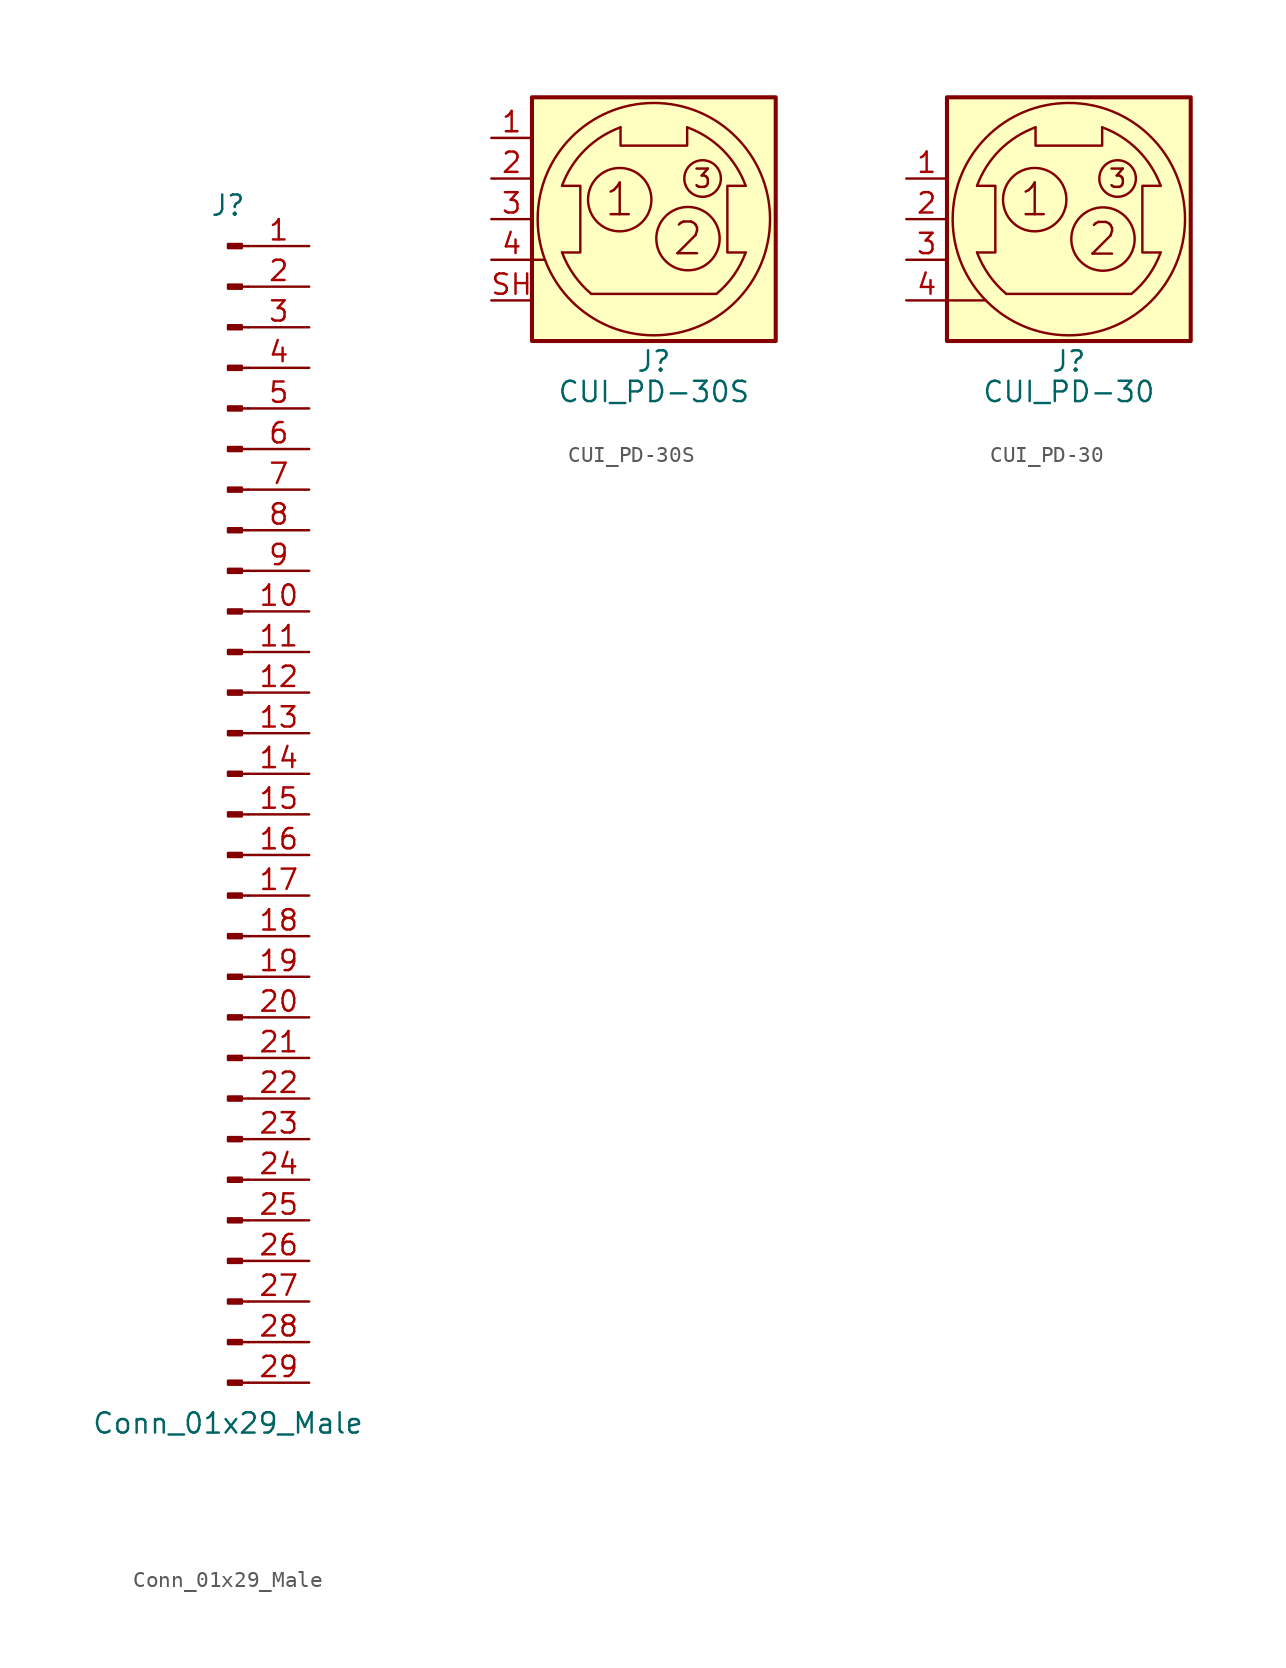
<source format=kicad_sym>
(kicad_symbol_lib
  (version 20201005)
  (generator kicad_symbol_editor)
  (symbol "Connector:Conn_01x29_Male"
    (pin_names
      (offset 1.016) hide)
    (property "Reference" "J"
      (at 0 38.1 0)
      (effects (font (size 1.27 1.27))))
    (property "Value" "Conn_01x29_Male"
      (at 0 -38.1 0)
      (effects (font (size 1.27 1.27))))
    (symbol "Conn_01x29_Male_1_1"
      (rectangle (start 0.864 -35.433) (end 0 -35.687) (stroke (width 0.152)) (fill (type outline)))
      (rectangle (start 0.864 -32.893) (end 0 -33.147) (stroke (width 0.152)) (fill (type outline)))
      (rectangle (start 0.864 -30.353) (end 0 -30.607) (stroke (width 0.152)) (fill (type outline)))
      (rectangle (start 0.864 -27.813) (end 0 -28.067) (stroke (width 0.152)) (fill (type outline)))
      (rectangle (start 0.864 -25.273) (end 0 -25.527) (stroke (width 0.152)) (fill (type outline)))
      (rectangle (start 0.864 -22.733) (end 0 -22.987) (stroke (width 0.152)) (fill (type outline)))
      (rectangle (start 0.864 -20.193) (end 0 -20.447) (stroke (width 0.152)) (fill (type outline)))
      (rectangle (start 0.864 -17.653) (end 0 -17.907) (stroke (width 0.152)) (fill (type outline)))
      (rectangle (start 0.864 -15.113) (end 0 -15.367) (stroke (width 0.152)) (fill (type outline)))
      (rectangle (start 0.864 -12.573) (end 0 -12.827) (stroke (width 0.152)) (fill (type outline)))
      (rectangle (start 0.864 -10.033) (end 0 -10.287) (stroke (width 0.152)) (fill (type outline)))
      (rectangle (start 0.864 -7.493) (end 0 -7.747) (stroke (width 0.152)) (fill (type outline)))
      (rectangle (start 0.864 -4.953) (end 0 -5.207) (stroke (width 0.152)) (fill (type outline)))
      (rectangle (start 0.864 -2.413) (end 0 -2.667) (stroke (width 0.152)) (fill (type outline)))
      (rectangle (start 0.864 0.127) (end 0 -0.127) (stroke (width 0.152)) (fill (type outline)))
      (rectangle (start 0.864 2.667) (end 0 2.413) (stroke (width 0.152)) (fill (type outline)))
      (rectangle (start 0.864 5.207) (end 0 4.953) (stroke (width 0.152)) (fill (type outline)))
      (rectangle (start 0.864 7.747) (end 0 7.493) (stroke (width 0.152)) (fill (type outline)))
      (rectangle (start 0.864 10.287) (end 0 10.033) (stroke (width 0.152)) (fill (type outline)))
      (rectangle (start 0.864 12.827) (end 0 12.573) (stroke (width 0.152)) (fill (type outline)))
      (rectangle (start 0.864 15.367) (end 0 15.113) (stroke (width 0.152)) (fill (type outline)))
      (rectangle (start 0.864 17.907) (end 0 17.653) (stroke (width 0.152)) (fill (type outline)))
      (rectangle (start 0.864 20.447) (end 0 20.193) (stroke (width 0.152)) (fill (type outline)))
      (rectangle (start 0.864 22.987) (end 0 22.733) (stroke (width 0.152)) (fill (type outline)))
      (rectangle (start 0.864 25.527) (end 0 25.273) (stroke (width 0.152)) (fill (type outline)))
      (rectangle (start 0.864 28.067) (end 0 27.813) (stroke (width 0.152)) (fill (type outline)))
      (rectangle (start 0.864 30.607) (end 0 30.353) (stroke (width 0.152)) (fill (type outline)))
      (rectangle (start 0.864 33.147) (end 0 32.893) (stroke (width 0.152)) (fill (type outline)))
      (rectangle (start 0.864 35.687) (end 0 35.433) (stroke (width 0.152)) (fill (type outline)))
      (polyline (pts (xy 1.27 -35.56) (xy 0.864 -35.56)) (stroke (width 0.152)) (fill (type none)))
      (polyline (pts (xy 1.27 -33.02) (xy 0.864 -33.02)) (stroke (width 0.152)) (fill (type none)))
      (polyline (pts (xy 1.27 -30.48) (xy 0.864 -30.48)) (stroke (width 0.152)) (fill (type none)))
      (polyline (pts (xy 1.27 -27.94) (xy 0.864 -27.94)) (stroke (width 0.152)) (fill (type none)))
      (polyline (pts (xy 1.27 -25.4) (xy 0.864 -25.4)) (stroke (width 0.152)) (fill (type none)))
      (polyline (pts (xy 1.27 -22.86) (xy 0.864 -22.86)) (stroke (width 0.152)) (fill (type none)))
      (polyline (pts (xy 1.27 -20.32) (xy 0.864 -20.32)) (stroke (width 0.152)) (fill (type none)))
      (polyline (pts (xy 1.27 -17.78) (xy 0.864 -17.78)) (stroke (width 0.152)) (fill (type none)))
      (polyline (pts (xy 1.27 -15.24) (xy 0.864 -15.24)) (stroke (width 0.152)) (fill (type none)))
      (polyline (pts (xy 1.27 -12.7) (xy 0.864 -12.7)) (stroke (width 0.152)) (fill (type none)))
      (polyline (pts (xy 1.27 -10.16) (xy 0.864 -10.16)) (stroke (width 0.152)) (fill (type none)))
      (polyline (pts (xy 1.27 -7.62) (xy 0.864 -7.62)) (stroke (width 0.152)) (fill (type none)))
      (polyline (pts (xy 1.27 -5.08) (xy 0.864 -5.08)) (stroke (width 0.152)) (fill (type none)))
      (polyline (pts (xy 1.27 -2.54) (xy 0.864 -2.54)) (stroke (width 0.152)) (fill (type none)))
      (polyline (pts (xy 1.27 0) (xy 0.864 0)) (stroke (width 0.152)) (fill (type none)))
      (polyline (pts (xy 1.27 2.54) (xy 0.864 2.54)) (stroke (width 0.152)) (fill (type none)))
      (polyline (pts (xy 1.27 5.08) (xy 0.864 5.08)) (stroke (width 0.152)) (fill (type none)))
      (polyline (pts (xy 1.27 7.62) (xy 0.864 7.62)) (stroke (width 0.152)) (fill (type none)))
      (polyline (pts (xy 1.27 10.16) (xy 0.864 10.16)) (stroke (width 0.152)) (fill (type none)))
      (polyline (pts (xy 1.27 12.7) (xy 0.864 12.7)) (stroke (width 0.152)) (fill (type none)))
      (polyline (pts (xy 1.27 15.24) (xy 0.864 15.24)) (stroke (width 0.152)) (fill (type none)))
      (polyline (pts (xy 1.27 17.78) (xy 0.864 17.78)) (stroke (width 0.152)) (fill (type none)))
      (polyline (pts (xy 1.27 20.32) (xy 0.864 20.32)) (stroke (width 0.152)) (fill (type none)))
      (polyline (pts (xy 1.27 22.86) (xy 0.864 22.86)) (stroke (width 0.152)) (fill (type none)))
      (polyline (pts (xy 1.27 25.4) (xy 0.864 25.4)) (stroke (width 0.152)) (fill (type none)))
      (polyline (pts (xy 1.27 27.94) (xy 0.864 27.94)) (stroke (width 0.152)) (fill (type none)))
      (polyline (pts (xy 1.27 30.48) (xy 0.864 30.48)) (stroke (width 0.152)) (fill (type none)))
      (polyline (pts (xy 1.27 33.02) (xy 0.864 33.02)) (stroke (width 0.152)) (fill (type none)))
      (polyline (pts (xy 1.27 35.56) (xy 0.864 35.56)) (stroke (width 0.152)) (fill (type none)))
      (pin passive line (at 5.08 35.56 180) (length 3.81) (name "Pin_1" (effects (font (size 1.27 1.27)))) (number "1" (effects (font (size 1.27 1.27)))))
      (pin passive line (at 5.08 12.7 180) (length 3.81) (name "Pin_10" (effects (font (size 1.27 1.27)))) (number "10" (effects (font (size 1.27 1.27)))))
      (pin passive line (at 5.08 10.16 180) (length 3.81) (name "Pin_11" (effects (font (size 1.27 1.27)))) (number "11" (effects (font (size 1.27 1.27)))))
      (pin passive line (at 5.08 7.62 180) (length 3.81) (name "Pin_12" (effects (font (size 1.27 1.27)))) (number "12" (effects (font (size 1.27 1.27)))))
      (pin passive line (at 5.08 5.08 180) (length 3.81) (name "Pin_13" (effects (font (size 1.27 1.27)))) (number "13" (effects (font (size 1.27 1.27)))))
      (pin passive line (at 5.08 2.54 180) (length 3.81) (name "Pin_14" (effects (font (size 1.27 1.27)))) (number "14" (effects (font (size 1.27 1.27)))))
      (pin passive line (at 5.08 0 180) (length 3.81) (name "Pin_15" (effects (font (size 1.27 1.27)))) (number "15" (effects (font (size 1.27 1.27)))))
      (pin passive line (at 5.08 -2.54 180) (length 3.81) (name "Pin_16" (effects (font (size 1.27 1.27)))) (number "16" (effects (font (size 1.27 1.27)))))
      (pin passive line (at 5.08 -5.08 180) (length 3.81) (name "Pin_17" (effects (font (size 1.27 1.27)))) (number "17" (effects (font (size 1.27 1.27)))))
      (pin passive line (at 5.08 -7.62 180) (length 3.81) (name "Pin_18" (effects (font (size 1.27 1.27)))) (number "18" (effects (font (size 1.27 1.27)))))
      (pin passive line (at 5.08 -10.16 180) (length 3.81) (name "Pin_19" (effects (font (size 1.27 1.27)))) (number "19" (effects (font (size 1.27 1.27)))))
      (pin passive line (at 5.08 33.02 180) (length 3.81) (name "Pin_2" (effects (font (size 1.27 1.27)))) (number "2" (effects (font (size 1.27 1.27)))))
      (pin passive line (at 5.08 -12.7 180) (length 3.81) (name "Pin_20" (effects (font (size 1.27 1.27)))) (number "20" (effects (font (size 1.27 1.27)))))
      (pin passive line (at 5.08 -15.24 180) (length 3.81) (name "Pin_21" (effects (font (size 1.27 1.27)))) (number "21" (effects (font (size 1.27 1.27)))))
      (pin passive line (at 5.08 -17.78 180) (length 3.81) (name "Pin_22" (effects (font (size 1.27 1.27)))) (number "22" (effects (font (size 1.27 1.27)))))
      (pin passive line (at 5.08 -20.32 180) (length 3.81) (name "Pin_23" (effects (font (size 1.27 1.27)))) (number "23" (effects (font (size 1.27 1.27)))))
      (pin passive line (at 5.08 -22.86 180) (length 3.81) (name "Pin_24" (effects (font (size 1.27 1.27)))) (number "24" (effects (font (size 1.27 1.27)))))
      (pin passive line (at 5.08 -25.4 180) (length 3.81) (name "Pin_25" (effects (font (size 1.27 1.27)))) (number "25" (effects (font (size 1.27 1.27)))))
      (pin passive line (at 5.08 -27.94 180) (length 3.81) (name "Pin_26" (effects (font (size 1.27 1.27)))) (number "26" (effects (font (size 1.27 1.27)))))
      (pin passive line (at 5.08 -30.48 180) (length 3.81) (name "Pin_27" (effects (font (size 1.27 1.27)))) (number "27" (effects (font (size 1.27 1.27)))))
      (pin passive line (at 5.08 -33.02 180) (length 3.81) (name "Pin_28" (effects (font (size 1.27 1.27)))) (number "28" (effects (font (size 1.27 1.27)))))
      (pin passive line (at 5.08 -35.56 180) (length 3.81) (name "Pin_29" (effects (font (size 1.27 1.27)))) (number "29" (effects (font (size 1.27 1.27)))))
      (pin passive line (at 5.08 30.48 180) (length 3.81) (name "Pin_3" (effects (font (size 1.27 1.27)))) (number "3" (effects (font (size 1.27 1.27)))))
      (pin passive line (at 5.08 27.94 180) (length 3.81) (name "Pin_4" (effects (font (size 1.27 1.27)))) (number "4" (effects (font (size 1.27 1.27)))))
      (pin passive line (at 5.08 25.4 180) (length 3.81) (name "Pin_5" (effects (font (size 1.27 1.27)))) (number "5" (effects (font (size 1.27 1.27)))))
      (pin passive line (at 5.08 22.86 180) (length 3.81) (name "Pin_6" (effects (font (size 1.27 1.27)))) (number "6" (effects (font (size 1.27 1.27)))))
      (pin passive line (at 5.08 20.32 180) (length 3.81) (name "Pin_7" (effects (font (size 1.27 1.27)))) (number "7" (effects (font (size 1.27 1.27)))))
      (pin passive line (at 5.08 17.78 180) (length 3.81) (name "Pin_8" (effects (font (size 1.27 1.27)))) (number "8" (effects (font (size 1.27 1.27)))))
      (pin passive line (at 5.08 15.24 180) (length 3.81) (name "Pin_9" (effects (font (size 1.27 1.27)))) (number "9" (effects (font (size 1.27 1.27)))))))
  (symbol "Connector:CUI_PD-30S"
    (pin_names
      (offset 1.016) hide)
    (property "Reference" "J"
      (at 0 -8.89 0)
      (effects (font (size 1.27 1.27))))
    (property "Value" "CUI_PD-30S"
      (at 0 -10.795 0)
      (effects (font (size 1.27 1.27))))
    (symbol "CUI_PD-30S_0_1"
      (arc (start 5.7404 2.0828) (end 2.0828 5.7404) (radius (at 0 0) (length 6.096) (angles 20 70)) (stroke (width 0)) (fill (type none)))
      (arc (start -2.0828 5.7404) (end -5.7404 2.0828) (radius (at 0 0) (length 6.096) (angles 110 160)) (stroke (width 0)) (fill (type none)))
      (arc (start -5.7404 -2.0828) (end -3.9116 -4.6736) (radius (at 0 0) (length 6.096) (angles -160 -130)) (stroke (width 0)) (fill (type none)))
      (arc (start 3.9116 -4.6736) (end 5.7404 -2.0828) (radius (at 0 0) (length 6.096) (angles -50 -20)) (stroke (width 0)) (fill (type none)))
      (circle (center 0 0) (radius 7.264) (stroke (width 0)) (fill (type none)))
      (circle (center -2.134 1.219) (radius 1.981) (stroke (width 0)) (fill (type none)))
      (circle (center 2.134 -1.219) (radius 1.981) (stroke (width 0)) (fill (type none)))
      (circle (center 3.048 2.54) (radius 1.143) (stroke (width 0)) (fill (type none)))
      (text "1" (at -2.134 1.219 0) (effects (font (size 1.981 1.981))))
      (text "2" (at 2.134 -1.219 0) (effects (font (size 1.981 1.981))))
      (text "3" (at 3.048 2.54 0) (effects (font (size 1.143 1.143))))
      (rectangle (start -7.62 -7.62) (end 7.62 7.62) (stroke (width 0.254)) (fill (type background)))
      (polyline (pts (xy -3.912 -4.674) (xy 3.912 -4.674)) (stroke (width 0)) (fill (type none)))
      (polyline (pts (xy 5.74 -2.083) (xy 4.597 -2.083) (xy 4.597 2.083) (xy 5.74 2.083)) (stroke (width 0)) (fill (type none)))
      (polyline (pts (xy 2.083 5.74) (xy 2.083 4.597) (xy -2.083 4.597) (xy -2.083 5.74)) (stroke (width 0)) (fill (type none)))
      (polyline (pts (xy -5.74 2.083) (xy -4.597 2.083) (xy -4.597 -2.083) (xy -5.74 -2.083)) (stroke (width 0)) (fill (type none)))
      (polyline (pts (xy -7.62 -2.54) (xy -6.807 -2.54)) (stroke (width 0)) (fill (type none))))
    (symbol "CUI_PD-30S_1_1"
      (pin passive line (at -10.16 5.08 0) (length 2.54) (name "1" (effects (font (size 1.27 1.27)))) (number "1" (effects (font (size 1.27 1.27)))))
      (pin passive line (at -10.16 2.54 0) (length 2.54) (name "2" (effects (font (size 1.27 1.27)))) (number "2" (effects (font (size 1.27 1.27)))))
      (pin passive line (at -10.16 0 0) (length 2.54) (name "3" (effects (font (size 1.27 1.27)))) (number "3" (effects (font (size 1.27 1.27)))))
      (pin passive line (at -10.16 -2.54 0) (length 2.54) (name "Shield" (effects (font (size 1.27 1.27)))) (number "4" (effects (font (size 1.27 1.27)))))
      (pin passive line (at -10.16 -5.08 0) (length 2.54) (name "Shield" (effects (font (size 1.27 1.27)))) (number "SH" (effects (font (size 1.27 1.27)))))))
  (symbol "Connector:CUI_PD-30"
    (pin_names
      (offset 1.016) hide)
    (property "Reference" "J"
      (at 0 -8.89 0)
      (effects (font (size 1.27 1.27))))
    (property "Value" "CUI_PD-30"
      (at 0 -10.795 0)
      (effects (font (size 1.27 1.27))))
    (symbol "CUI_PD-30_0_1"
      (arc (start 5.7404 2.0828) (end 2.0828 5.7404) (radius (at 0 0) (length 6.096) (angles 20 70)) (stroke (width 0)) (fill (type none)))
      (arc (start -2.0828 5.7404) (end -5.7404 2.0828) (radius (at 0 0) (length 6.096) (angles 110 160)) (stroke (width 0)) (fill (type none)))
      (arc (start -5.7404 -2.0828) (end -3.9116 -4.6736) (radius (at 0 0) (length 6.096) (angles -160 -130)) (stroke (width 0)) (fill (type none)))
      (arc (start 3.9116 -4.6736) (end 5.7404 -2.0828) (radius (at 0 0) (length 6.096) (angles -50 -20)) (stroke (width 0)) (fill (type none)))
      (circle (center -2.134 1.219) (radius 1.981) (stroke (width 0)) (fill (type none)))
      (circle (center 0 0) (radius 7.264) (stroke (width 0)) (fill (type none)))
      (circle (center 2.134 -1.245) (radius 1.981) (stroke (width 0)) (fill (type none)))
      (circle (center 3.048 2.54) (radius 1.143) (stroke (width 0)) (fill (type none)))
      (text "1" (at -2.134 1.219 0) (effects (font (size 1.981 1.981))))
      (text "2" (at 2.134 -1.245 0) (effects (font (size 1.981 1.981))))
      (text "3" (at 3.048 2.54 0) (effects (font (size 1.143 1.143))))
      (rectangle (start -7.62 -7.62) (end 7.62 7.62) (stroke (width 0.254)) (fill (type background)))
      (polyline (pts (xy -7.62 -5.08) (xy -5.182 -5.08)) (stroke (width 0)) (fill (type none)))
      (polyline (pts (xy -3.912 -4.674) (xy 3.912 -4.674)) (stroke (width 0)) (fill (type none)))
      (polyline (pts (xy -5.74 2.083) (xy -4.597 2.083) (xy -4.597 -2.083) (xy -5.74 -2.083)) (stroke (width 0)) (fill (type none)))
      (polyline (pts (xy 2.083 5.74) (xy 2.083 4.597) (xy -2.083 4.597) (xy -2.083 5.74)) (stroke (width 0)) (fill (type none)))
      (polyline (pts (xy 5.74 -2.083) (xy 4.597 -2.083) (xy 4.597 2.083) (xy 5.74 2.083)) (stroke (width 0)) (fill (type none))))
    (symbol "CUI_PD-30_1_1"
      (pin passive line (at -10.16 2.54 0) (length 2.54) (name "1" (effects (font (size 1.27 1.27)))) (number "1" (effects (font (size 1.27 1.27)))))
      (pin passive line (at -10.16 0 0) (length 2.54) (name "2" (effects (font (size 1.27 1.27)))) (number "2" (effects (font (size 1.27 1.27)))))
      (pin passive line (at -10.16 -2.54 0) (length 2.54) (name "3" (effects (font (size 1.27 1.27)))) (number "3" (effects (font (size 1.27 1.27)))))
      (pin passive line (at -10.16 -5.08 0) (length 2.54) (name "Shield" (effects (font (size 1.27 1.27)))) (number "4" (effects (font (size 1.27 1.27))))))))
</source>
